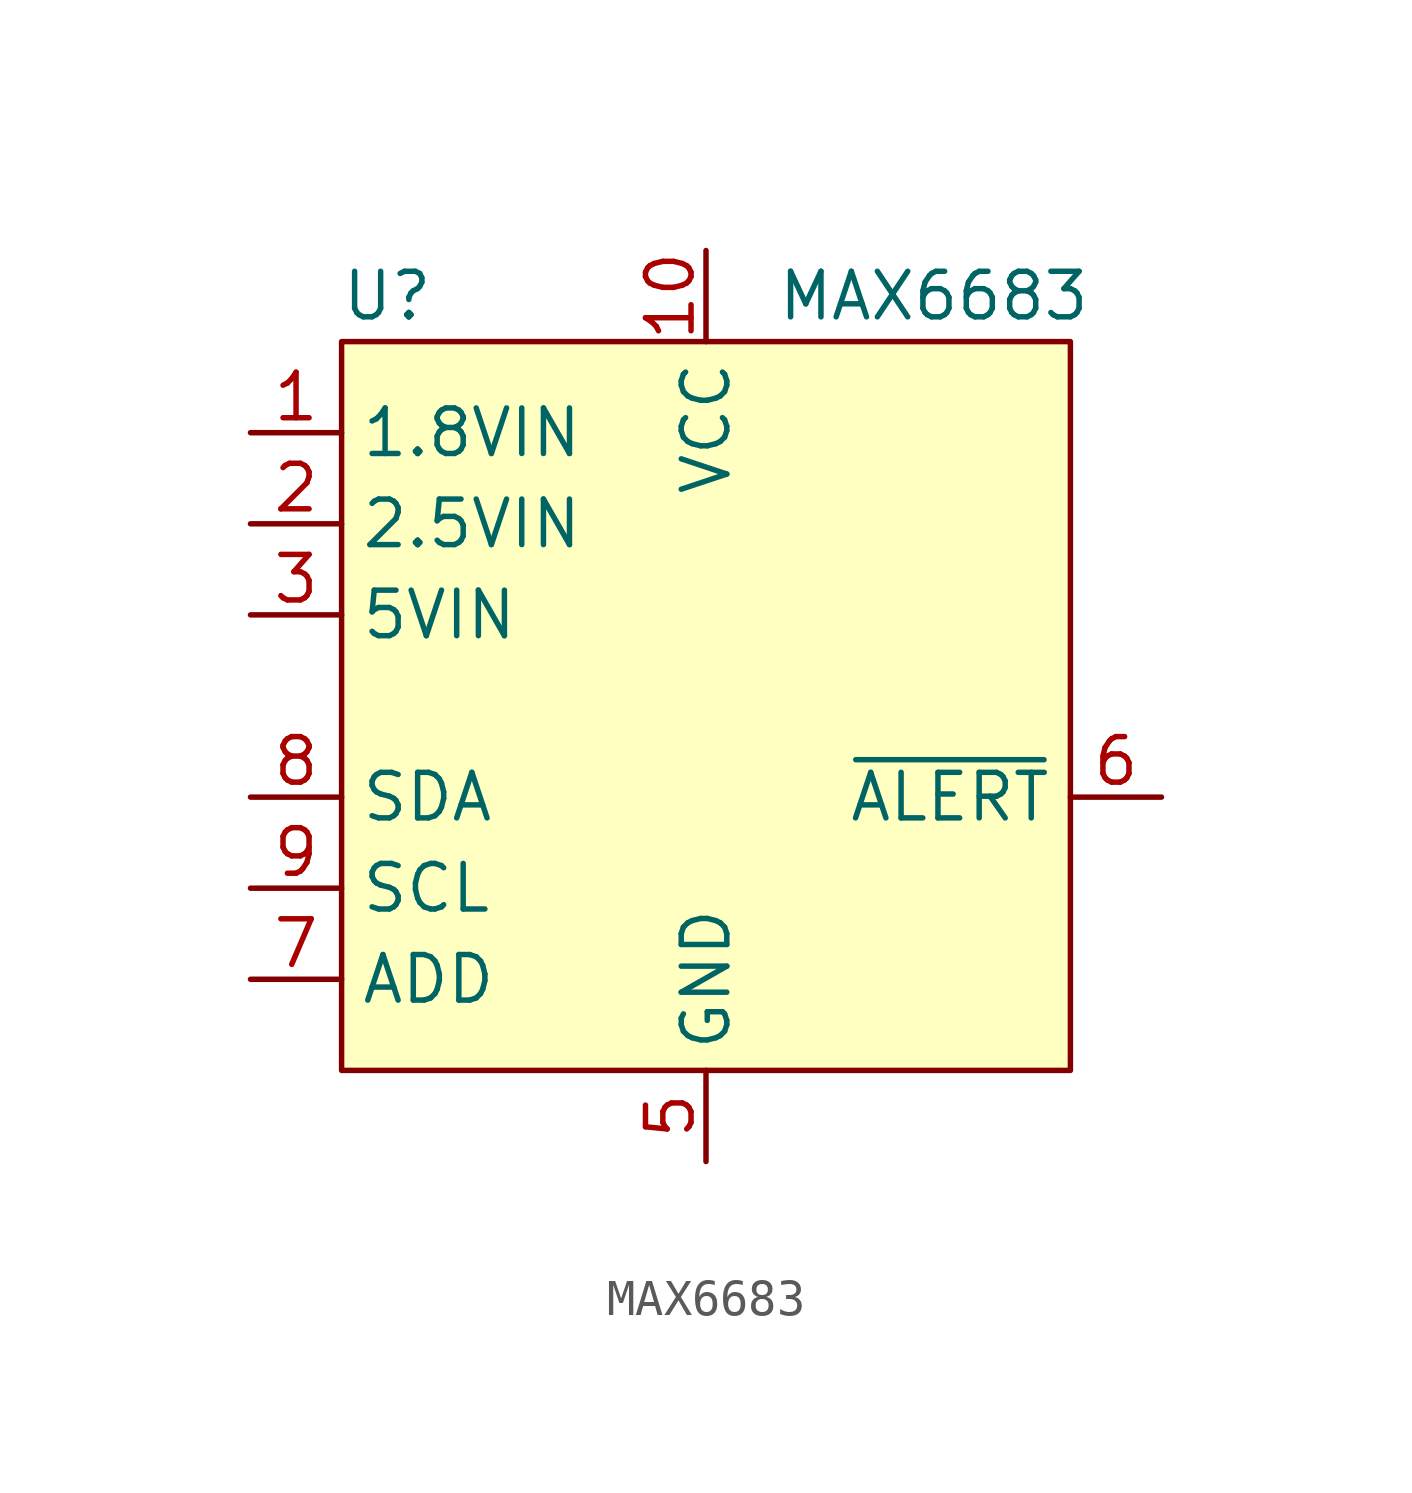
<source format=kicad_sym>
(kicad_symbol_lib
  (version 20211014)
  (generator kicad_symbol_editor)
  (symbol "MAX6683"
    (property "Reference" "U"
      (at -8.89 11.43 0)
      (effects (font (size 1.27 1.27))))
    (property "Value" "MAX6683"
      (at 6.35 11.43 0)
      (effects (font (size 1.27 1.27))))
    (symbol "MAX6683_0_1"
      (polyline (pts (xy -10.16 10.16) (xy 0 10.16) (xy 1.27 10.16) (xy 10.16 10.16) (xy 10.16 1.27) (xy 10.16 -10.16) (xy 0 -10.16) (xy -10.16 -10.16) (xy -10.16 1.27) (xy -10.16 10.16)) (stroke (width 0) (type default) (color 0 0 0 0)) (fill (type background))))
    (symbol "MAX6683_1_1"
      (pin power_in line (at -12.7 7.62 0) (length 2.54) (name "1.8VIN" (effects (font (size 1.27 1.27)))) (number "1" (effects (font (size 1.27 1.27)))))
      (pin power_in line (at 0 12.7 270) (length 2.54) (name "VCC" (effects (font (size 1.27 1.27)))) (number "10" (effects (font (size 1.27 1.27)))))
      (pin power_in line (at -12.7 5.08 0) (length 2.54) (name "2.5VIN" (effects (font (size 1.27 1.27)))) (number "2" (effects (font (size 1.27 1.27)))))
      (pin power_in line (at -12.7 2.54 0) (length 2.54) (name "5VIN" (effects (font (size 1.27 1.27)))) (number "3" (effects (font (size 1.27 1.27)))))
      (pin no_connect line (at 12.7 2.54 180) (length 2.54) hide (name "N.C." (effects (font (size 1.27 1.27)))) (number "4" (effects (font (size 1.27 1.27)))))
      (pin power_in line (at 0 -12.7 90) (length 2.54) (name "GND" (effects (font (size 1.27 1.27)))) (number "5" (effects (font (size 1.27 1.27)))))
      (pin output line (at 12.7 -2.54 180) (length 2.54) (name "~{ALERT}" (effects (font (size 1.27 1.27)))) (number "6" (effects (font (size 1.27 1.27)))))
      (pin input line (at -12.7 -7.62 0) (length 2.54) (name "ADD" (effects (font (size 1.27 1.27)))) (number "7" (effects (font (size 1.27 1.27)))))
      (pin bidirectional line (at -12.7 -2.54 0) (length 2.54) (name "SDA" (effects (font (size 1.27 1.27)))) (number "8" (effects (font (size 1.27 1.27)))))
      (pin input line (at -12.7 -5.08 0) (length 2.54) (name "SCL" (effects (font (size 1.27 1.27)))) (number "9" (effects (font (size 1.27 1.27))))))))
</source>
